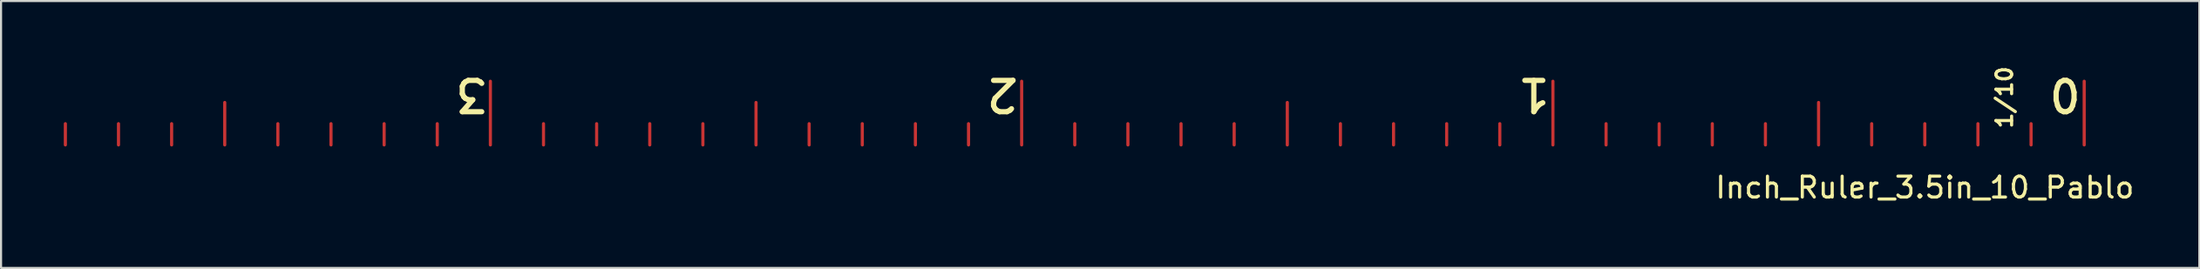
<source format=kicad_pcb>
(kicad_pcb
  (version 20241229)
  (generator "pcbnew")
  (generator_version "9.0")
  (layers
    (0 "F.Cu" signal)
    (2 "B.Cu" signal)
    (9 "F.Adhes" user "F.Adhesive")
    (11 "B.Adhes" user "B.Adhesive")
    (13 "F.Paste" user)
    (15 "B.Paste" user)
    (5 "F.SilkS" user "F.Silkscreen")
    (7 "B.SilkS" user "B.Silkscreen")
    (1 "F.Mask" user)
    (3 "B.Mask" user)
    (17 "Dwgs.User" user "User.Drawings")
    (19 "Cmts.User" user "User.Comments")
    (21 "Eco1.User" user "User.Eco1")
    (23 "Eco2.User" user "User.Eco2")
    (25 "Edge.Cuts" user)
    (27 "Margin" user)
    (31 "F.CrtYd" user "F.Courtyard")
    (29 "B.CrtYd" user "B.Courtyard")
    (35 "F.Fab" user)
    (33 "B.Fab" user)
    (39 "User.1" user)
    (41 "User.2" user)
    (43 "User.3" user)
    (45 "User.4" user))
  (footprint "Inch_Ruler_3.5in_10_Pablo"
    (layer "F.Cu")
    (at 96.595 3.9)
    (property "Reference" "Inch_Ruler_3.5in_10_Pablo" (at -7.62 2.027 180) (layer "F.SilkS") (effects (font (size 1 1) (thickness 0.15))))
    (attr through_hole)
    (fp_line (start -96.52 -0.013) (end -96.52 -1.029) (stroke (width 0.15) (type solid)) (layer "F.Cu"))
    (fp_line (start -93.98 -0.013) (end -93.98 -1.029) (stroke (width 0.15) (type solid)) (layer "F.Cu"))
    (fp_line (start -91.44 -0.013) (end -91.44 -1.029) (stroke (width 0.15) (type solid)) (layer "F.Cu"))
    (fp_line (start -88.9 -0.013) (end -88.9 -2.045) (stroke (width 0.15) (type solid)) (layer "F.Cu"))
    (fp_line (start -86.36 -0.013) (end -86.36 -1.029) (stroke (width 0.15) (type solid)) (layer "F.Cu"))
    (fp_line (start -83.82 -0.013) (end -83.82 -1.029) (stroke (width 0.15) (type solid)) (layer "F.Cu"))
    (fp_line (start -81.28 -0.013) (end -81.28 -1.029) (stroke (width 0.15) (type solid)) (layer "F.Cu"))
    (fp_line (start -78.74 -0.013) (end -78.74 -1.029) (stroke (width 0.15) (type solid)) (layer "F.Cu"))
    (fp_line (start -76.2 -0.013) (end -76.2 -3.061) (stroke (width 0.15) (type solid)) (layer "F.Cu"))
    (fp_line (start -73.66 -0.013) (end -73.66 -1.029) (stroke (width 0.15) (type solid)) (layer "F.Cu"))
    (fp_line (start -71.12 -0.013) (end -71.12 -1.029) (stroke (width 0.15) (type solid)) (layer "F.Cu"))
    (fp_line (start -68.58 -0.013) (end -68.58 -1.029) (stroke (width 0.15) (type solid)) (layer "F.Cu"))
    (fp_line (start -66.04 -0.013) (end -66.04 -1.029) (stroke (width 0.15) (type solid)) (layer "F.Cu"))
    (fp_line (start -63.5 -0.013) (end -63.5 -2.045) (stroke (width 0.15) (type solid)) (layer "F.Cu"))
    (fp_line (start -60.96 -0.013) (end -60.96 -1.029) (stroke (width 0.15) (type solid)) (layer "F.Cu"))
    (fp_line (start -58.42 -0.013) (end -58.42 -1.029) (stroke (width 0.15) (type solid)) (layer "F.Cu"))
    (fp_line (start -55.88 -0.013) (end -55.88 -1.029) (stroke (width 0.15) (type solid)) (layer "F.Cu"))
    (fp_line (start -53.34 -0.013) (end -53.34 -1.029) (stroke (width 0.15) (type solid)) (layer "F.Cu"))
    (fp_line (start -50.8 -0.013) (end -50.8 -3.061) (stroke (width 0.15) (type solid)) (layer "F.Cu"))
    (fp_line (start -48.26 -0.013) (end -48.26 -1.029) (stroke (width 0.15) (type solid)) (layer "F.Cu"))
    (fp_line (start -45.72 -0.013) (end -45.72 -1.029) (stroke (width 0.15) (type solid)) (layer "F.Cu"))
    (fp_line (start -43.18 -0.013) (end -43.18 -1.029) (stroke (width 0.15) (type solid)) (layer "F.Cu"))
    (fp_line (start -40.64 -0.013) (end -40.64 -1.029) (stroke (width 0.15) (type solid)) (layer "F.Cu"))
    (fp_line (start -38.1 -0.013) (end -38.1 -2.045) (stroke (width 0.15) (type solid)) (layer "F.Cu"))
    (fp_line (start -35.56 -0.013) (end -35.56 -1.029) (stroke (width 0.15) (type solid)) (layer "F.Cu"))
    (fp_line (start -33.02 -0.013) (end -33.02 -1.029) (stroke (width 0.15) (type solid)) (layer "F.Cu"))
    (fp_line (start -30.48 -0.013) (end -30.48 -1.029) (stroke (width 0.15) (type solid)) (layer "F.Cu"))
    (fp_line (start -27.94 -0.013) (end -27.94 -1.029) (stroke (width 0.15) (type solid)) (layer "F.Cu"))
    (fp_line (start -25.4 -0.013) (end -25.4 -3.061) (stroke (width 0.15) (type solid)) (layer "F.Cu"))
    (fp_line (start -22.86 -0.013) (end -22.86 -1.029) (stroke (width 0.15) (type solid)) (layer "F.Cu"))
    (fp_line (start -20.32 -0.013) (end -20.32 -1.029) (stroke (width 0.15) (type solid)) (layer "F.Cu"))
    (fp_line (start -17.78 -0.013) (end -17.78 -1.029) (stroke (width 0.15) (type solid)) (layer "F.Cu"))
    (fp_line (start -15.24 -0.013) (end -15.24 -1.029) (stroke (width 0.15) (type solid)) (layer "F.Cu"))
    (fp_line (start -12.7 -0.013) (end -12.7 -2.045) (stroke (width 0.15) (type solid)) (layer "F.Cu"))
    (fp_line (start -10.16 -0.013) (end -10.16 -1.029) (stroke (width 0.15) (type solid)) (layer "F.Cu"))
    (fp_line (start -7.62 -0.013) (end -7.62 -1.029) (stroke (width 0.15) (type solid)) (layer "F.Cu"))
    (fp_line (start -5.08 -0.013) (end -5.08 -1.029) (stroke (width 0.15) (type solid)) (layer "F.Cu"))
    (fp_line (start -2.54 -0.013) (end -2.54 -1.029) (stroke (width 0.15) (type solid)) (layer "F.Cu"))
    (fp_line (start 0 -0.013) (end 0 -3.061) (stroke (width 0.15) (type solid)) (layer "F.Cu"))
    (fp_line (start -96.52 -1.029) (end -96.52 -1.029) (stroke (width 0.15) (type solid)) (layer "F.Mask"))
    (fp_line (start -96.52 -0.013) (end -96.52 -1.029) (stroke (width 0.15) (type solid)) (layer "F.Mask"))
    (fp_line (start -93.98 -1.029) (end -93.98 -1.029) (stroke (width 0.15) (type solid)) (layer "F.Mask"))
    (fp_line (start -93.98 -0.013) (end -93.98 -1.029) (stroke (width 0.15) (type solid)) (layer "F.Mask"))
    (fp_line (start -91.44 -1.029) (end -91.44 -1.029) (stroke (width 0.15) (type solid)) (layer "F.Mask"))
    (fp_line (start -91.44 -0.013) (end -91.44 -1.029) (stroke (width 0.15) (type solid)) (layer "F.Mask"))
    (fp_line (start -88.9 -2.045) (end -88.9 -2.045) (stroke (width 0.15) (type solid)) (layer "F.Mask"))
    (fp_line (start -88.9 -0.013) (end -88.9 -2.045) (stroke (width 0.15) (type solid)) (layer "F.Mask"))
    (fp_line (start -86.36 -1.029) (end -86.36 -1.029) (stroke (width 0.15) (type solid)) (layer "F.Mask"))
    (fp_line (start -86.36 -0.013) (end -86.36 -1.029) (stroke (width 0.15) (type solid)) (layer "F.Mask"))
    (fp_line (start -83.82 -1.029) (end -83.82 -1.029) (stroke (width 0.15) (type solid)) (layer "F.Mask"))
    (fp_line (start -83.82 -0.013) (end -83.82 -1.029) (stroke (width 0.15) (type solid)) (layer "F.Mask"))
    (fp_line (start -81.28 -1.029) (end -81.28 -1.029) (stroke (width 0.15) (type solid)) (layer "F.Mask"))
    (fp_line (start -81.28 -0.013) (end -81.28 -1.029) (stroke (width 0.15) (type solid)) (layer "F.Mask"))
    (fp_line (start -78.74 -1.029) (end -78.74 -1.029) (stroke (width 0.15) (type solid)) (layer "F.Mask"))
    (fp_line (start -78.74 -0.013) (end -78.74 -1.029) (stroke (width 0.15) (type solid)) (layer "F.Mask"))
    (fp_line (start -76.2 -3.061) (end -76.2 -3.061) (stroke (width 0.15) (type solid)) (layer "F.Mask"))
    (fp_line (start -76.2 -2.807) (end -76.2 -3.061) (stroke (width 0.15) (type solid)) (layer "F.Mask"))
    (fp_line (start -76.2 -0.013) (end -76.2 -2.807) (stroke (width 0.15) (type solid)) (layer "F.Mask"))
    (fp_line (start -73.66 -1.029) (end -73.66 -1.029) (stroke (width 0.15) (type solid)) (layer "F.Mask"))
    (fp_line (start -73.66 -0.013) (end -73.66 -1.029) (stroke (width 0.15) (type solid)) (layer "F.Mask"))
    (fp_line (start -71.12 -1.029) (end -71.12 -1.029) (stroke (width 0.15) (type solid)) (layer "F.Mask"))
    (fp_line (start -71.12 -0.013) (end -71.12 -1.029) (stroke (width 0.15) (type solid)) (layer "F.Mask"))
    (fp_line (start -68.58 -1.029) (end -68.58 -1.029) (stroke (width 0.15) (type solid)) (layer "F.Mask"))
    (fp_line (start -68.58 -0.013) (end -68.58 -1.029) (stroke (width 0.15) (type solid)) (layer "F.Mask"))
    (fp_line (start -66.04 -1.029) (end -66.04 -1.029) (stroke (width 0.15) (type solid)) (layer "F.Mask"))
    (fp_line (start -66.04 -0.013) (end -66.04 -1.029) (stroke (width 0.15) (type solid)) (layer "F.Mask"))
    (fp_line (start -63.5 -2.045) (end -63.5 -2.045) (stroke (width 0.15) (type solid)) (layer "F.Mask"))
    (fp_line (start -63.5 -0.013) (end -63.5 -2.045) (stroke (width 0.15) (type solid)) (layer "F.Mask"))
    (fp_line (start -60.96 -1.029) (end -60.96 -1.029) (stroke (width 0.15) (type solid)) (layer "F.Mask"))
    (fp_line (start -60.96 -0.013) (end -60.96 -1.029) (stroke (width 0.15) (type solid)) (layer "F.Mask"))
    (fp_line (start -58.42 -1.029) (end -58.42 -1.029) (stroke (width 0.15) (type solid)) (layer "F.Mask"))
    (fp_line (start -58.42 -0.013) (end -58.42 -1.029) (stroke (width 0.15) (type solid)) (layer "F.Mask"))
    (fp_line (start -55.88 -1.029) (end -55.88 -1.029) (stroke (width 0.15) (type solid)) (layer "F.Mask"))
    (fp_line (start -55.88 -0.013) (end -55.88 -1.029) (stroke (width 0.15) (type solid)) (layer "F.Mask"))
    (fp_line (start -53.34 -1.029) (end -53.34 -1.029) (stroke (width 0.15) (type solid)) (layer "F.Mask"))
    (fp_line (start -53.34 -0.013) (end -53.34 -1.029) (stroke (width 0.15) (type solid)) (layer "F.Mask"))
    (fp_line (start -50.8 -3.061) (end -50.8 -3.061) (stroke (width 0.15) (type solid)) (layer "F.Mask"))
    (fp_line (start -50.8 -2.807) (end -50.8 -3.061) (stroke (width 0.15) (type solid)) (layer "F.Mask"))
    (fp_line (start -50.8 -0.013) (end -50.8 -2.807) (stroke (width 0.15) (type solid)) (layer "F.Mask"))
    (fp_line (start -48.26 -1.029) (end -48.26 -1.029) (stroke (width 0.15) (type solid)) (layer "F.Mask"))
    (fp_line (start -48.26 -0.013) (end -48.26 -1.029) (stroke (width 0.15) (type solid)) (layer "F.Mask"))
    (fp_line (start -45.72 -1.029) (end -45.72 -1.029) (stroke (width 0.15) (type solid)) (layer "F.Mask"))
    (fp_line (start -45.72 -0.013) (end -45.72 -1.029) (stroke (width 0.15) (type solid)) (layer "F.Mask"))
    (fp_line (start -43.18 -1.029) (end -43.18 -1.029) (stroke (width 0.15) (type solid)) (layer "F.Mask"))
    (fp_line (start -43.18 -0.013) (end -43.18 -1.029) (stroke (width 0.15) (type solid)) (layer "F.Mask"))
    (fp_line (start -40.64 -1.029) (end -40.64 -1.029) (stroke (width 0.15) (type solid)) (layer "F.Mask"))
    (fp_line (start -40.64 -0.013) (end -40.64 -1.029) (stroke (width 0.15) (type solid)) (layer "F.Mask"))
    (fp_line (start -38.1 -2.045) (end -38.1 -2.045) (stroke (width 0.15) (type solid)) (layer "F.Mask"))
    (fp_line (start -38.1 -0.013) (end -38.1 -2.045) (stroke (width 0.15) (type solid)) (layer "F.Mask"))
    (fp_line (start -35.56 -1.029) (end -35.56 -1.029) (stroke (width 0.15) (type solid)) (layer "F.Mask"))
    (fp_line (start -35.56 -0.013) (end -35.56 -1.029) (stroke (width 0.15) (type solid)) (layer "F.Mask"))
    (fp_line (start -33.02 -1.029) (end -33.02 -1.029) (stroke (width 0.15) (type solid)) (layer "F.Mask"))
    (fp_line (start -33.02 -0.013) (end -33.02 -1.029) (stroke (width 0.15) (type solid)) (layer "F.Mask"))
    (fp_line (start -30.48 -1.029) (end -30.48 -1.029) (stroke (width 0.15) (type solid)) (layer "F.Mask"))
    (fp_line (start -30.48 -0.013) (end -30.48 -1.029) (stroke (width 0.15) (type solid)) (layer "F.Mask"))
    (fp_line (start -27.94 -1.029) (end -27.94 -1.029) (stroke (width 0.15) (type solid)) (layer "F.Mask"))
    (fp_line (start -27.94 -0.013) (end -27.94 -1.029) (stroke (width 0.15) (type solid)) (layer "F.Mask"))
    (fp_line (start -25.4 -3.061) (end -25.4 -3.061) (stroke (width 0.15) (type solid)) (layer "F.Mask"))
    (fp_line (start -25.4 -2.807) (end -25.4 -3.061) (stroke (width 0.15) (type solid)) (layer "F.Mask"))
    (fp_line (start -25.4 -0.013) (end -25.4 -2.807) (stroke (width 0.15) (type solid)) (layer "F.Mask"))
    (fp_line (start -22.86 -1.029) (end -22.86 -1.029) (stroke (width 0.15) (type solid)) (layer "F.Mask"))
    (fp_line (start -22.86 -0.013) (end -22.86 -1.029) (stroke (width 0.15) (type solid)) (layer "F.Mask"))
    (fp_line (start -20.32 -1.029) (end -20.32 -1.029) (stroke (width 0.15) (type solid)) (layer "F.Mask"))
    (fp_line (start -20.32 -0.013) (end -20.32 -1.029) (stroke (width 0.15) (type solid)) (layer "F.Mask"))
    (fp_line (start -17.78 -1.029) (end -17.78 -1.029) (stroke (width 0.15) (type solid)) (layer "F.Mask"))
    (fp_line (start -17.78 -0.013) (end -17.78 -1.029) (stroke (width 0.15) (type solid)) (layer "F.Mask"))
    (fp_line (start -15.24 -1.029) (end -15.24 -1.029) (stroke (width 0.15) (type solid)) (layer "F.Mask"))
    (fp_line (start -15.24 -0.013) (end -15.24 -1.029) (stroke (width 0.15) (type solid)) (layer "F.Mask"))
    (fp_line (start -12.7 -2.045) (end -12.7 -2.045) (stroke (width 0.15) (type solid)) (layer "F.Mask"))
    (fp_line (start -12.7 -0.013) (end -12.7 -2.045) (stroke (width 0.15) (type solid)) (layer "F.Mask"))
    (fp_line (start -10.16 -1.029) (end -10.16 -1.029) (stroke (width 0.15) (type solid)) (layer "F.Mask"))
    (fp_line (start -10.16 -0.013) (end -10.16 -1.029) (stroke (width 0.15) (type solid)) (layer "F.Mask"))
    (fp_line (start -7.62 -1.029) (end -7.62 -1.029) (stroke (width 0.15) (type solid)) (layer "F.Mask"))
    (fp_line (start -7.62 -0.013) (end -7.62 -1.029) (stroke (width 0.15) (type solid)) (layer "F.Mask"))
    (fp_line (start -5.08 -1.029) (end -5.08 -1.029) (stroke (width 0.15) (type solid)) (layer "F.Mask"))
    (fp_line (start -5.08 -0.013) (end -5.08 -1.029) (stroke (width 0.15) (type solid)) (layer "F.Mask"))
    (fp_line (start -2.54 -1.029) (end -2.54 -1.029) (stroke (width 0.15) (type solid)) (layer "F.Mask"))
    (fp_line (start -2.54 -0.013) (end -2.54 -1.029) (stroke (width 0.15) (type solid)) (layer "F.Mask"))
    (fp_line (start 0 -0.013) (end 0 -3.061) (stroke (width 0.15) (type solid)) (layer "F.Mask"))
    (fp_text user "2" (at -51.714 -2.422 180) (unlocked yes) (layer "F.SilkS") (effects (font (size 1.5 1.5) (thickness 0.25))))
    (fp_text user "1" (at -26.314 -2.422 180) (unlocked yes) (layer "F.SilkS") (effects (font (size 1.5 1.5) (thickness 0.25))))
    (fp_text user "0" (at -0.914 -2.422 180) (unlocked yes) (layer "F.SilkS") (effects (font (size 1.5 1.5) (thickness 0.25))))
    (fp_text user "3" (at -77.114 -2.422 180) (unlocked yes) (layer "F.SilkS") (effects (font (size 1.5 1.5) (thickness 0.25))))
    (fp_text user "1/10" (at -3.81 -2.286 90) (unlocked yes) (layer "F.SilkS") (effects (font (size 0.75 0.75) (thickness 0.15)))))
  (gr_rect
    (start -3 -3)
    (end 102.1 9.776)
    (stroke (width 0.1) (type default))
    (fill no)
    (layer "Edge.Cuts")))
</source>
